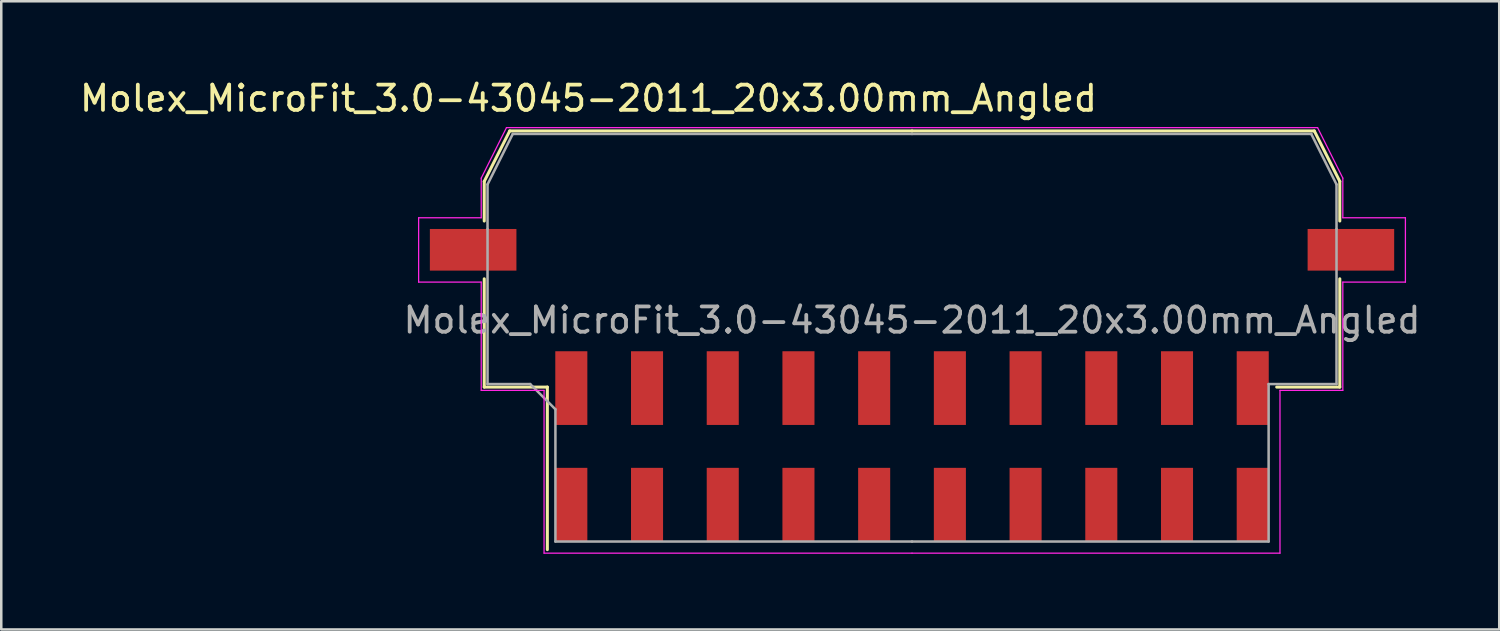
<source format=kicad_pcb>
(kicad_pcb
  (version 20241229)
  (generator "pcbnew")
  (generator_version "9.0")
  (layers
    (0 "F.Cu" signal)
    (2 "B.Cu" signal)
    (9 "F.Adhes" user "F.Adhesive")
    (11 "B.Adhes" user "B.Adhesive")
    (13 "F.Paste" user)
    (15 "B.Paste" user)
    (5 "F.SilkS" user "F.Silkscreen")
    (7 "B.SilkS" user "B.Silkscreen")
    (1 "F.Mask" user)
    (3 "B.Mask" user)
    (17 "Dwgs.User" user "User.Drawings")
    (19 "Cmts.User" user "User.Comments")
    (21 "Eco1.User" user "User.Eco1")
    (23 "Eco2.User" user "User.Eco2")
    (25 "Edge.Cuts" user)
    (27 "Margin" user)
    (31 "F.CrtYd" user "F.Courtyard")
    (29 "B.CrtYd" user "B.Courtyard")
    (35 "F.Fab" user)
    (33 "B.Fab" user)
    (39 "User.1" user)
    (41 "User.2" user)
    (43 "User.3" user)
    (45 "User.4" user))
  (footprint "Molex_MicroFit_3.0-43045-2011_20x3.00mm_Angled"
    (layer "F.Cu")
    (at 33.088 14.638)
    (property "Reference" "Molex_MicroFit_3.0-43045-2011_20x3.00mm_Angled" (at -12.82 -13.79 0) (layer "F.SilkS") (effects (font (size 1 1) (thickness 0.15))))
    (attr smd)
    (fp_line (start -16.95 -10.5) (end -16.95 -8.93) (stroke (width 0.12) (type solid)) (layer "F.SilkS"))
    (fp_line (start -16.95 -6.64) (end -16.95 -2.35) (stroke (width 0.12) (type solid)) (layer "F.SilkS"))
    (fp_line (start -16.95 -2.35) (end -14.45 -2.35) (stroke (width 0.12) (type solid)) (layer "F.SilkS"))
    (fp_line (start -15.94 -12.5) (end -16.95 -10.5) (stroke (width 0.12) (type solid)) (layer "F.SilkS"))
    (fp_line (start -14.45 -2.35) (end -14.45 4.09) (stroke (width 0.12) (type solid)) (layer "F.SilkS"))
    (fp_line (start 0 -12.5) (end -15.94 -12.5) (stroke (width 0.12) (type solid)) (layer "F.SilkS"))
    (fp_line (start 0 -12.5) (end 15.94 -12.5) (stroke (width 0.12) (type solid)) (layer "F.SilkS"))
    (fp_line (start 15.94 -12.5) (end 16.95 -10.5) (stroke (width 0.12) (type solid)) (layer "F.SilkS"))
    (fp_line (start 16.95 -10.5) (end 16.95 -8.93) (stroke (width 0.12) (type solid)) (layer "F.SilkS"))
    (fp_line (start 16.95 -6.64) (end 16.95 -2.35) (stroke (width 0.12) (type solid)) (layer "F.SilkS"))
    (fp_line (start 16.95 -2.35) (end 14.45 -2.35) (stroke (width 0.12) (type solid)) (layer "F.SilkS"))
    (fp_line (start -19.55 -9.06) (end -19.55 -6.51) (stroke (width 0.05) (type solid)) (layer "F.CrtYd"))
    (fp_line (start -19.55 -6.51) (end -17.07 -6.51) (stroke (width 0.05) (type solid)) (layer "F.CrtYd"))
    (fp_line (start -17.07 -10.63) (end -17.07 -9.06) (stroke (width 0.05) (type solid)) (layer "F.CrtYd"))
    (fp_line (start -17.07 -9.06) (end -19.55 -9.06) (stroke (width 0.05) (type solid)) (layer "F.CrtYd"))
    (fp_line (start -17.07 -6.51) (end -17.07 -2.22) (stroke (width 0.05) (type solid)) (layer "F.CrtYd"))
    (fp_line (start -17.07 -2.22) (end -14.58 -2.22) (stroke (width 0.05) (type solid)) (layer "F.CrtYd"))
    (fp_line (start -16.07 -12.63) (end -17.07 -10.63) (stroke (width 0.05) (type solid)) (layer "F.CrtYd"))
    (fp_line (start -14.58 -2.22) (end -14.58 4.23) (stroke (width 0.05) (type solid)) (layer "F.CrtYd"))
    (fp_line (start -14.58 4.23) (end 0 4.23) (stroke (width 0.05) (type solid)) (layer "F.CrtYd"))
    (fp_line (start 0 -12.63) (end -16.07 -12.63) (stroke (width 0.05) (type solid)) (layer "F.CrtYd"))
    (fp_line (start 0 -12.63) (end 16.07 -12.63) (stroke (width 0.05) (type solid)) (layer "F.CrtYd"))
    (fp_line (start 14.58 -2.22) (end 14.58 4.23) (stroke (width 0.05) (type solid)) (layer "F.CrtYd"))
    (fp_line (start 14.58 4.23) (end 0 4.23) (stroke (width 0.05) (type solid)) (layer "F.CrtYd"))
    (fp_line (start 16.07 -12.63) (end 17.07 -10.63) (stroke (width 0.05) (type solid)) (layer "F.CrtYd"))
    (fp_line (start 17.07 -10.63) (end 17.07 -9.06) (stroke (width 0.05) (type solid)) (layer "F.CrtYd"))
    (fp_line (start 17.07 -9.06) (end 19.55 -9.06) (stroke (width 0.05) (type solid)) (layer "F.CrtYd"))
    (fp_line (start 17.07 -6.51) (end 17.07 -2.22) (stroke (width 0.05) (type solid)) (layer "F.CrtYd"))
    (fp_line (start 17.07 -2.22) (end 14.58 -2.22) (stroke (width 0.05) (type solid)) (layer "F.CrtYd"))
    (fp_line (start 19.55 -9.06) (end 19.55 -6.51) (stroke (width 0.05) (type solid)) (layer "F.CrtYd"))
    (fp_line (start 19.55 -6.51) (end 17.07 -6.51) (stroke (width 0.05) (type solid)) (layer "F.CrtYd"))
    (fp_line (start -16.82 -10.38) (end -16.82 -8.61) (stroke (width 0.1) (type solid)) (layer "F.Fab"))
    (fp_line (start -16.82 -8.61) (end -16.82 -2.47) (stroke (width 0.1) (type solid)) (layer "F.Fab"))
    (fp_line (start -16.82 -2.47) (end -15.13 -2.47) (stroke (width 0.1) (type solid)) (layer "F.Fab"))
    (fp_line (start -15.82 -12.38) (end -16.82 -10.38) (stroke (width 0.1) (type solid)) (layer "F.Fab"))
    (fp_line (start -15.13 -2.47) (end -14.13 -1.47) (stroke (width 0.1) (type solid)) (layer "F.Fab"))
    (fp_line (start -14.13 -1.47) (end -14.13 3.77) (stroke (width 0.1) (type solid)) (layer "F.Fab"))
    (fp_line (start -14.13 3.77) (end 0 3.77) (stroke (width 0.1) (type solid)) (layer "F.Fab"))
    (fp_line (start 0 -12.38) (end -15.82 -12.38) (stroke (width 0.1) (type solid)) (layer "F.Fab"))
    (fp_line (start 0 -12.38) (end 15.82 -12.38) (stroke (width 0.1) (type solid)) (layer "F.Fab"))
    (fp_line (start 14.13 -2.47) (end 14.13 3.77) (stroke (width 0.1) (type solid)) (layer "F.Fab"))
    (fp_line (start 14.13 3.77) (end 0 3.77) (stroke (width 0.1) (type solid)) (layer "F.Fab"))
    (fp_line (start 15.82 -12.38) (end 16.82 -10.38) (stroke (width 0.1) (type solid)) (layer "F.Fab"))
    (fp_line (start 16.82 -10.38) (end 16.82 -8.61) (stroke (width 0.1) (type solid)) (layer "F.Fab"))
    (fp_line (start 16.82 -8.61) (end 16.82 -2.47) (stroke (width 0.1) (type solid)) (layer "F.Fab"))
    (fp_line (start 16.82 -2.47) (end 14.13 -2.47) (stroke (width 0.1) (type solid)) (layer "F.Fab"))
    (fp_text user "${REFERENCE}" (at 0 -5 0) (layer "F.Fab") (effects (font (size 1 1) (thickness 0.15))))
    (pad "" smd rect (at -17.39 -7.79) (size 3.43 1.65) (layers "F.Cu" "F.Mask" "F.Paste"))
    (pad "" smd rect (at 17.39 -7.79) (size 3.43 1.65) (layers "F.Cu" "F.Mask" "F.Paste"))
    (pad "1" smd rect (at -13.5 -2.31) (size 1.27 2.92) (layers "F.Cu" "F.Mask" "F.Paste"))
    (pad "2" smd rect (at -10.5 -2.31) (size 1.27 2.92) (layers "F.Cu" "F.Mask" "F.Paste"))
    (pad "3" smd rect (at -7.5 -2.31) (size 1.27 2.92) (layers "F.Cu" "F.Mask" "F.Paste"))
    (pad "4" smd rect (at -4.5 -2.31) (size 1.27 2.92) (layers "F.Cu" "F.Mask" "F.Paste"))
    (pad "5" smd rect (at -1.5 -2.31) (size 1.27 2.92) (layers "F.Cu" "F.Mask" "F.Paste"))
    (pad "6" smd rect (at 1.5 -2.31) (size 1.27 2.92) (layers "F.Cu" "F.Mask" "F.Paste"))
    (pad "7" smd rect (at 4.5 -2.31) (size 1.27 2.92) (layers "F.Cu" "F.Mask" "F.Paste"))
    (pad "8" smd rect (at 7.5 -2.31) (size 1.27 2.92) (layers "F.Cu" "F.Mask" "F.Paste"))
    (pad "9" smd rect (at 10.5 -2.31) (size 1.27 2.92) (layers "F.Cu" "F.Mask" "F.Paste"))
    (pad "10" smd rect (at 13.5 -2.31) (size 1.27 2.92) (layers "F.Cu" "F.Mask" "F.Paste"))
    (pad "11" smd rect (at 13.5 2.31) (size 1.27 2.92) (layers "F.Cu" "F.Mask" "F.Paste"))
    (pad "12" smd rect (at 10.5 2.31) (size 1.27 2.92) (layers "F.Cu" "F.Mask" "F.Paste"))
    (pad "13" smd rect (at 7.5 2.31) (size 1.27 2.92) (layers "F.Cu" "F.Mask" "F.Paste"))
    (pad "14" smd rect (at 4.5 2.31) (size 1.27 2.92) (layers "F.Cu" "F.Mask" "F.Paste"))
    (pad "15" smd rect (at 1.5 2.31) (size 1.27 2.92) (layers "F.Cu" "F.Mask" "F.Paste"))
    (pad "16" smd rect (at -1.5 2.31) (size 1.27 2.92) (layers "F.Cu" "F.Mask" "F.Paste"))
    (pad "17" smd rect (at -4.5 2.31) (size 1.27 2.92) (layers "F.Cu" "F.Mask" "F.Paste"))
    (pad "18" smd rect (at -7.5 2.31) (size 1.27 2.92) (layers "F.Cu" "F.Mask" "F.Paste"))
    (pad "19" smd rect (at -10.5 2.31) (size 1.27 2.92) (layers "F.Cu" "F.Mask" "F.Paste"))
    (pad "20" smd rect (at -13.5 2.31) (size 1.27 2.92) (layers "F.Cu" "F.Mask" "F.Paste")))
  (gr_rect
    (start -3 -3)
    (end 56.356 21.893)
    (stroke (width 0.1) (type default))
    (fill no)
    (layer "Edge.Cuts")))
</source>
